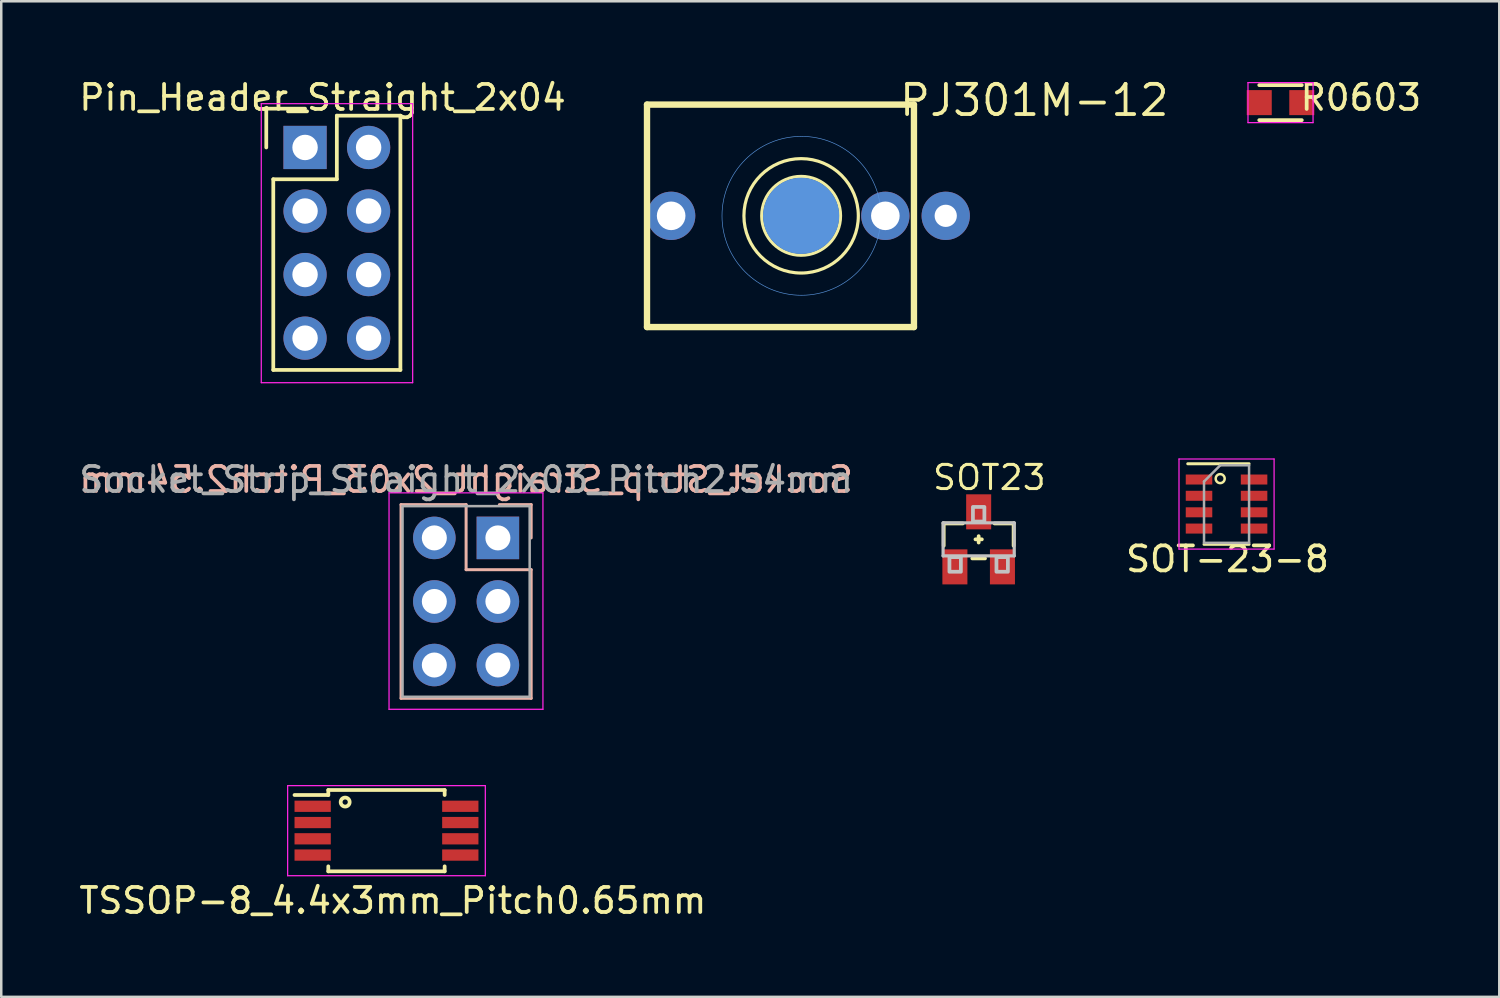
<source format=kicad_pcb>
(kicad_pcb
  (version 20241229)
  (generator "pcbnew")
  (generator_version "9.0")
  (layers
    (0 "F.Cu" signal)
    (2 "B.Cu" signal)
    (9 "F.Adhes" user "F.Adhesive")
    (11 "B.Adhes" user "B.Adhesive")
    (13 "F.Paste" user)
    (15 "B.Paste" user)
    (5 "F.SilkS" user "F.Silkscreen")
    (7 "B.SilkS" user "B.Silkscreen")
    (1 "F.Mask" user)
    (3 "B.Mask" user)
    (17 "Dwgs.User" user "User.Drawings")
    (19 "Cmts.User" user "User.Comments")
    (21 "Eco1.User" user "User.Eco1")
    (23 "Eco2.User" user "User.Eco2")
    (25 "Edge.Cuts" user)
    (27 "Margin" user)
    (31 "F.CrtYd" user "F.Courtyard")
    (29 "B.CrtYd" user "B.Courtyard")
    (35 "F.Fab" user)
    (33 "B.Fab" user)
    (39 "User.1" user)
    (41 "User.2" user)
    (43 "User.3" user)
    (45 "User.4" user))
  (footprint "Pin_Header_Straight_2x04"
    (layer "F.Cu")
    (at 9.141 2.843)
    (property "Reference" "Pin_Header_Straight_2x04" (at 0.699 -1.994 0) (layer "F.SilkS") (effects (font (size 1 1) (thickness 0.15))))
    (attr through_hole)
    (fp_line (start -1.55 -1.55) (end -1.55 0) (stroke (width 0.15) (type solid)) (layer "F.SilkS"))
    (fp_line (start -1.27 1.27) (end -1.27 8.89) (stroke (width 0.15) (type solid)) (layer "F.SilkS"))
    (fp_line (start -1.27 8.89) (end 3.81 8.89) (stroke (width 0.15) (type solid)) (layer "F.SilkS"))
    (fp_line (start 0 -1.55) (end -1.55 -1.55) (stroke (width 0.15) (type solid)) (layer "F.SilkS"))
    (fp_line (start 1.27 -1.27) (end 1.27 1.27) (stroke (width 0.15) (type solid)) (layer "F.SilkS"))
    (fp_line (start 1.27 1.27) (end -1.27 1.27) (stroke (width 0.15) (type solid)) (layer "F.SilkS"))
    (fp_line (start 3.81 -1.27) (end 1.27 -1.27) (stroke (width 0.15) (type solid)) (layer "F.SilkS"))
    (fp_line (start 3.81 8.89) (end 3.81 -1.27) (stroke (width 0.15) (type solid)) (layer "F.SilkS"))
    (fp_line (start -1.75 -1.75) (end -1.75 9.4) (stroke (width 0.05) (type solid)) (layer "F.CrtYd"))
    (fp_line (start -1.75 -1.75) (end 4.3 -1.75) (stroke (width 0.05) (type solid)) (layer "F.CrtYd"))
    (fp_line (start -1.75 9.4) (end 4.3 9.4) (stroke (width 0.05) (type solid)) (layer "F.CrtYd"))
    (fp_line (start 4.3 -1.75) (end 4.3 9.4) (stroke (width 0.05) (type solid)) (layer "F.CrtYd"))
    (pad "1" thru_hole rect (at 0 0) (size 1.727 1.727) (drill 1.016) (layers "*.Cu" "*.Mask"))
    (pad "2" thru_hole oval (at 2.54 0) (size 1.727 1.727) (drill 1.016) (layers "*.Cu" "*.Mask"))
    (pad "3" thru_hole oval (at 0 2.54) (size 1.727 1.727) (drill 1.016) (layers "*.Cu" "*.Mask"))
    (pad "4" thru_hole oval (at 2.54 2.54) (size 1.727 1.727) (drill 1.016) (layers "*.Cu" "*.Mask"))
    (pad "5" thru_hole oval (at 0 5.08) (size 1.727 1.727) (drill 1.016) (layers "*.Cu" "*.Mask"))
    (pad "6" thru_hole oval (at 2.54 5.08) (size 1.727 1.727) (drill 1.016) (layers "*.Cu" "*.Mask"))
    (pad "7" thru_hole oval (at 0 7.62) (size 1.727 1.727) (drill 1.016) (layers "*.Cu" "*.Mask"))
    (pad "8" thru_hole oval (at 2.54 7.62) (size 1.727 1.727) (drill 1.016) (layers "*.Cu" "*.Mask")))
  (footprint "SOT-23-8"
    (layer "F.Cu")
    (at 45.966 17.093)
    (property "Reference" "SOT-23-8" (at 0.038 2.197 180) (layer "F.SilkS") (effects (font (size 1 1) (thickness 0.15))))
    (attr smd)
    (fp_line (start -0.9 1.61) (end 0.9 1.61) (stroke (width 0.12) (type solid)) (layer "F.SilkS"))
    (fp_line (start 0.9 -1.61) (end -1.55 -1.61) (stroke (width 0.12) (type solid)) (layer "F.SilkS"))
    (fp_circle (center -0.254 -1.016) (end -0.127 -0.889) (stroke (width 0.1) (type solid)) (fill no) (layer "F.SilkS"))
    (fp_line (start -1.9 -1.8) (end -1.9 1.8) (stroke (width 0.05) (type solid)) (layer "F.CrtYd"))
    (fp_line (start -1.9 1.8) (end 1.9 1.8) (stroke (width 0.05) (type solid)) (layer "F.CrtYd"))
    (fp_line (start 1.9 -1.8) (end -1.9 -1.8) (stroke (width 0.05) (type solid)) (layer "F.CrtYd"))
    (fp_line (start 1.9 1.8) (end 1.9 -1.8) (stroke (width 0.05) (type solid)) (layer "F.CrtYd"))
    (fp_line (start -0.9 -0.9) (end -0.9 1.55) (stroke (width 0.1) (type solid)) (layer "F.Fab"))
    (fp_line (start -0.9 -0.9) (end -0.25 -1.55) (stroke (width 0.1) (type solid)) (layer "F.Fab"))
    (fp_line (start 0.9 -1.55) (end -0.25 -1.55) (stroke (width 0.1) (type solid)) (layer "F.Fab"))
    (fp_line (start 0.9 -1.55) (end 0.9 1.55) (stroke (width 0.1) (type solid)) (layer "F.Fab"))
    (fp_line (start 0.9 1.55) (end -0.9 1.55) (stroke (width 0.1) (type solid)) (layer "F.Fab"))
    (pad "1" smd rect (at -1.1 -0.98) (size 1.06 0.4) (layers "F.Cu" "F.Mask" "F.Paste"))
    (pad "2" smd rect (at -1.1 -0.33) (size 1.06 0.4) (layers "F.Cu" "F.Mask" "F.Paste"))
    (pad "3" smd rect (at -1.1 0.33) (size 1.06 0.4) (layers "F.Cu" "F.Mask" "F.Paste"))
    (pad "4" smd rect (at -1.1 0.98) (size 1.06 0.4) (layers "F.Cu" "F.Mask" "F.Paste"))
    (pad "5" smd rect (at 1.1 0.98) (size 1.06 0.4) (layers "F.Cu" "F.Mask" "F.Paste"))
    (pad "6" smd rect (at 1.1 0.33) (size 1.06 0.4) (layers "F.Cu" "F.Mask" "F.Paste"))
    (pad "7" smd rect (at 1.1 -0.33) (size 1.06 0.4) (layers "F.Cu" "F.Mask" "F.Paste"))
    (pad "8" smd rect (at 1.1 -0.98) (size 1.06 0.4) (layers "F.Cu" "F.Mask" "F.Paste")))
  (footprint "R0603"
    (layer "F.Cu")
    (at 48.123 1.051)
    (property "Reference" "R0603" (at 3.212 -0.203 0) (layer "F.SilkS") (effects (font (size 1 1) (thickness 0.15))))
    (attr smd)
    (fp_line (start -0.85 -0.7) (end 0.85 -0.7) (stroke (width 0.15) (type solid)) (layer "F.SilkS"))
    (fp_line (start 0.85 0.7) (end -0.85 0.7) (stroke (width 0.15) (type solid)) (layer "F.SilkS"))
    (fp_line (start -1.3 -0.8) (end -1.3 0.8) (stroke (width 0.05) (type solid)) (layer "F.CrtYd"))
    (fp_line (start -1.3 -0.8) (end 1.3 -0.8) (stroke (width 0.05) (type solid)) (layer "F.CrtYd"))
    (fp_line (start -1.3 0.8) (end 1.3 0.8) (stroke (width 0.05) (type solid)) (layer "F.CrtYd"))
    (fp_line (start 1.3 -0.8) (end 1.3 0.8) (stroke (width 0.05) (type solid)) (layer "F.CrtYd"))
    (pad "1" smd rect (at -0.85 0) (size 1 1) (layers "F.Cu" "F.Mask" "F.Paste"))
    (pad "2" smd rect (at 0.85 0) (size 1 1) (layers "F.Cu" "F.Mask" "F.Paste")))
  (footprint "PJ301M-12"
    (layer "F.Cu")
    (at 28.978 5.575)
    (property "Reference" "PJ301M-12" (at 3.835 -3.912 0) (layer "F.SilkS") (effects (font (size 1.206 1.206) (thickness 0.152)) (justify left bottom)))
    (attr through_hole)
    (fp_line (start -6.172 -4.445) (end -6.172 4.445) (stroke (width 0.254) (type solid)) (layer "F.SilkS"))
    (fp_line (start -6.172 4.445) (end 4.496 4.445) (stroke (width 0.254) (type solid)) (layer "F.SilkS"))
    (fp_line (start 4.496 -4.445) (end -6.172 -4.445) (stroke (width 0.254) (type solid)) (layer "F.SilkS"))
    (fp_line (start 4.496 4.445) (end 4.496 -4.445) (stroke (width 0.254) (type solid)) (layer "F.SilkS"))
    (fp_circle (center -0.013 0) (end 1.562 0) (stroke (width 0.127) (type solid)) (fill no) (layer "F.SilkS"))
    (fp_circle (center -0.013 0) (end 2.273 0) (stroke (width 0.127) (type solid)) (fill no) (layer "F.SilkS"))
    (fp_circle (center -0.013 0) (end 1.511 0) (stroke (width 0) (type solid)) (fill yes) (layer "Cmts.User"))
    (fp_circle (center 0 0) (end 3.175 0) (stroke (width 0.025) (type solid)) (fill no) (layer "Cmts.User"))
    (pad "1" thru_hole circle (at -5.207 0) (size 1.93 1.93) (drill 1.143) (layers "*.Cu" "*.Mask"))
    (pad "2" thru_hole circle (at 5.766 0) (size 1.93 1.93) (drill 0.889) (layers "*.Cu" "*.Mask"))
    (pad "3" thru_hole circle (at 3.353 0) (size 1.93 1.93) (drill 1.143) (layers "*.Cu" "*.Mask")))
  (footprint "SOT23"
    (layer "F.Cu")
    (at 36.06 18.504)
    (property "Reference" "SOT23" (at -1.905 -1.905 0) (layer "F.SilkS") (effects (font (size 0.965 0.965) (thickness 0.122)) (justify left bottom)))
    (attr through_hole)
    (fp_line (start -1.397 -0.635) (end -1.397 0.254) (stroke (width 0.15) (type solid)) (layer "F.SilkS"))
    (fp_line (start -1.397 -0.635) (end -0.635 -0.635) (stroke (width 0.15) (type solid)) (layer "F.SilkS"))
    (fp_line (start -0.254 0.762) (end 0.254 0.762) (stroke (width 0.15) (type solid)) (layer "F.SilkS"))
    (fp_line (start -0.127 0) (end 0.127 0) (stroke (width 0.15) (type solid)) (layer "F.SilkS"))
    (fp_line (start 0 -0.127) (end 0 0.127) (stroke (width 0.15) (type solid)) (layer "F.SilkS"))
    (fp_line (start 0.635 -0.635) (end 1.397 -0.635) (stroke (width 0.15) (type solid)) (layer "F.SilkS"))
    (fp_line (start 1.397 -0.635) (end 1.397 0.254) (stroke (width 0.15) (type solid)) (layer "F.SilkS"))
    (fp_line (start -1.422 -0.66) (end 1.422 -0.66) (stroke (width 0.127) (type solid)) (layer "Dwgs.User"))
    (fp_line (start -1.422 0.66) (end -1.422 -0.66) (stroke (width 0.127) (type solid)) (layer "Dwgs.User"))
    (fp_line (start 1.422 -0.66) (end 1.422 0.66) (stroke (width 0.127) (type solid)) (layer "Dwgs.User"))
    (fp_line (start 1.422 0.66) (end -1.422 0.66) (stroke (width 0.127) (type solid)) (layer "Dwgs.User"))
    (fp_poly (pts (xy -1.168 1.295) (xy -0.711 1.295) (xy -0.711 0.711) (xy -1.168 0.711)) (stroke (width 0.15) (type solid)) (fill no) (layer "Dwgs.User"))
    (fp_poly (pts (xy -0.229 -0.711) (xy 0.229 -0.711) (xy 0.229 -1.295) (xy -0.229 -1.295)) (stroke (width 0.15) (type solid)) (fill no) (layer "Dwgs.User"))
    (fp_poly (pts (xy 0.711 1.295) (xy 1.168 1.295) (xy 1.168 0.711) (xy 0.711 0.711)) (stroke (width 0.15) (type solid)) (fill no) (layer "Dwgs.User"))
    (pad "1" smd rect (at -0.95 1.1) (size 1 1.4) (layers "F.Cu" "F.Mask" "F.Paste"))
    (pad "2" smd rect (at 0.95 1.1) (size 1 1.4) (layers "F.Cu" "F.Mask" "F.Paste"))
    (pad "3" smd rect (at 0 -1.1) (size 1 1.4) (layers "F.Cu" "F.Mask" "F.Paste")))
  (footprint "TSSOP-8_4.4x3mm_Pitch0.65mm"
    (layer "F.Cu")
    (at 12.395 30.146)
    (property "Reference" "TSSOP-8_4.4x3mm_Pitch0.65mm" (at 0.254 2.794 0) (layer "F.SilkS") (effects (font (size 1 1) (thickness 0.15))))
    (attr smd)
    (fp_line (start -2.325 -1.625) (end -2.325 -1.425) (stroke (width 0.15) (type solid)) (layer "F.SilkS"))
    (fp_line (start -2.325 -1.625) (end 2.325 -1.625) (stroke (width 0.15) (type solid)) (layer "F.SilkS"))
    (fp_line (start -2.325 -1.425) (end -3.675 -1.425) (stroke (width 0.15) (type solid)) (layer "F.SilkS"))
    (fp_line (start -2.325 1.625) (end -2.325 1.425) (stroke (width 0.15) (type solid)) (layer "F.SilkS"))
    (fp_line (start -2.325 1.625) (end 2.325 1.625) (stroke (width 0.15) (type solid)) (layer "F.SilkS"))
    (fp_line (start 2.325 -1.625) (end 2.325 -1.425) (stroke (width 0.15) (type solid)) (layer "F.SilkS"))
    (fp_line (start 2.325 1.625) (end 2.325 1.425) (stroke (width 0.15) (type solid)) (layer "F.SilkS"))
    (fp_circle (center -1.651 -1.143) (end -1.524 -1.016) (stroke (width 0.15) (type solid)) (fill no) (layer "F.SilkS"))
    (fp_line (start -3.95 -1.8) (end -3.95 1.8) (stroke (width 0.05) (type solid)) (layer "F.CrtYd"))
    (fp_line (start -3.95 -1.8) (end 3.95 -1.8) (stroke (width 0.05) (type solid)) (layer "F.CrtYd"))
    (fp_line (start -3.95 1.8) (end 3.95 1.8) (stroke (width 0.05) (type solid)) (layer "F.CrtYd"))
    (fp_line (start 3.95 -1.8) (end 3.95 1.8) (stroke (width 0.05) (type solid)) (layer "F.CrtYd"))
    (pad "1" smd rect (at -2.95 -0.975) (size 1.45 0.45) (layers "F.Cu" "F.Mask" "F.Paste"))
    (pad "2" smd rect (at -2.95 -0.325) (size 1.45 0.45) (layers "F.Cu" "F.Mask" "F.Paste"))
    (pad "3" smd rect (at -2.95 0.325) (size 1.45 0.45) (layers "F.Cu" "F.Mask" "F.Paste"))
    (pad "4" smd rect (at -2.95 0.975) (size 1.45 0.45) (layers "F.Cu" "F.Mask" "F.Paste"))
    (pad "5" smd rect (at 2.95 0.975) (size 1.45 0.45) (layers "F.Cu" "F.Mask" "F.Paste"))
    (pad "6" smd rect (at 2.95 0.325) (size 1.45 0.45) (layers "F.Cu" "F.Mask" "F.Paste"))
    (pad "7" smd rect (at 2.95 -0.325) (size 1.45 0.45) (layers "F.Cu" "F.Mask" "F.Paste"))
    (pad "8" smd rect (at 2.95 -0.975) (size 1.45 0.45) (layers "F.Cu" "F.Mask" "F.Paste")))
  (footprint "Socket_Strip_Straight_2x03_Pitch2.54mm"
    (layer "F.Cu")
    (at 15.577 20.986)
    (property "Reference" "Socket_Strip_Straight_2x03_Pitch2.54mm" (at 0 -4.87 0) (layer "B.SilkS") (effects (font (size 1 1) (thickness 0.15)) (justify mirror)))
    (attr through_hole)
    (fp_line (start -2.6 -3.87) (end 0 -3.87) (stroke (width 0.12) (type solid)) (layer "B.SilkS"))
    (fp_line (start -2.6 3.87) (end -2.6 -3.87) (stroke (width 0.12) (type solid)) (layer "B.SilkS"))
    (fp_line (start 0 -3.87) (end 0 -1.27) (stroke (width 0.12) (type solid)) (layer "B.SilkS"))
    (fp_line (start 0 -1.27) (end 2.6 -1.27) (stroke (width 0.12) (type solid)) (layer "B.SilkS"))
    (fp_line (start 2.6 -3.87) (end 1.33 -3.87) (stroke (width 0.12) (type solid)) (layer "B.SilkS"))
    (fp_line (start 2.6 -2.54) (end 2.6 -3.87) (stroke (width 0.12) (type solid)) (layer "B.SilkS"))
    (fp_line (start 2.6 -1.27) (end 2.6 3.87) (stroke (width 0.12) (type solid)) (layer "B.SilkS"))
    (fp_line (start 2.6 3.87) (end -2.6 3.87) (stroke (width 0.12) (type solid)) (layer "B.SilkS"))
    (fp_line (start -3.08 -4.34) (end -3.08 4.31) (stroke (width 0.05) (type solid)) (layer "F.CrtYd"))
    (fp_line (start -3.08 4.31) (end 3.07 4.31) (stroke (width 0.05) (type solid)) (layer "F.CrtYd"))
    (fp_line (start 3.07 -4.34) (end -3.08 -4.34) (stroke (width 0.05) (type solid)) (layer "F.CrtYd"))
    (fp_line (start 3.07 4.31) (end 3.07 -4.34) (stroke (width 0.05) (type solid)) (layer "F.CrtYd"))
    (fp_line (start -2.54 -3.81) (end -2.54 3.81) (stroke (width 0.1) (type solid)) (layer "F.Fab"))
    (fp_line (start -2.54 3.81) (end 2.54 3.81) (stroke (width 0.1) (type solid)) (layer "F.Fab"))
    (fp_line (start 2.54 -3.81) (end -2.54 -3.81) (stroke (width 0.1) (type solid)) (layer "F.Fab"))
    (fp_line (start 2.54 3.81) (end 2.54 -3.81) (stroke (width 0.1) (type solid)) (layer "F.Fab"))
    (fp_text user "${REFERENCE}" (at 0 -4.87 0) (layer "F.Fab") (effects (font (size 1 1) (thickness 0.15))))
    (pad "1" thru_hole rect (at 1.27 -2.54) (size 1.7 1.7) (drill 1) (layers "*.Cu" "*.Mask"))
    (pad "2" thru_hole oval (at -1.27 -2.54) (size 1.7 1.7) (drill 1) (layers "*.Cu" "*.Mask"))
    (pad "3" thru_hole oval (at 1.27 0) (size 1.7 1.7) (drill 1) (layers "*.Cu" "*.Mask"))
    (pad "4" thru_hole oval (at -1.27 0) (size 1.7 1.7) (drill 1) (layers "*.Cu" "*.Mask"))
    (pad "5" thru_hole oval (at 1.27 2.54) (size 1.7 1.7) (drill 1) (layers "*.Cu" "*.Mask"))
    (pad "6" thru_hole oval (at -1.27 2.54) (size 1.7 1.7) (drill 1) (layers "*.Cu" "*.Mask")))
  (gr_rect
    (start -3 -3)
    (end 56.865 36.788)
    (stroke (width 0.1) (type default))
    (fill no)
    (layer "Edge.Cuts")))
</source>
